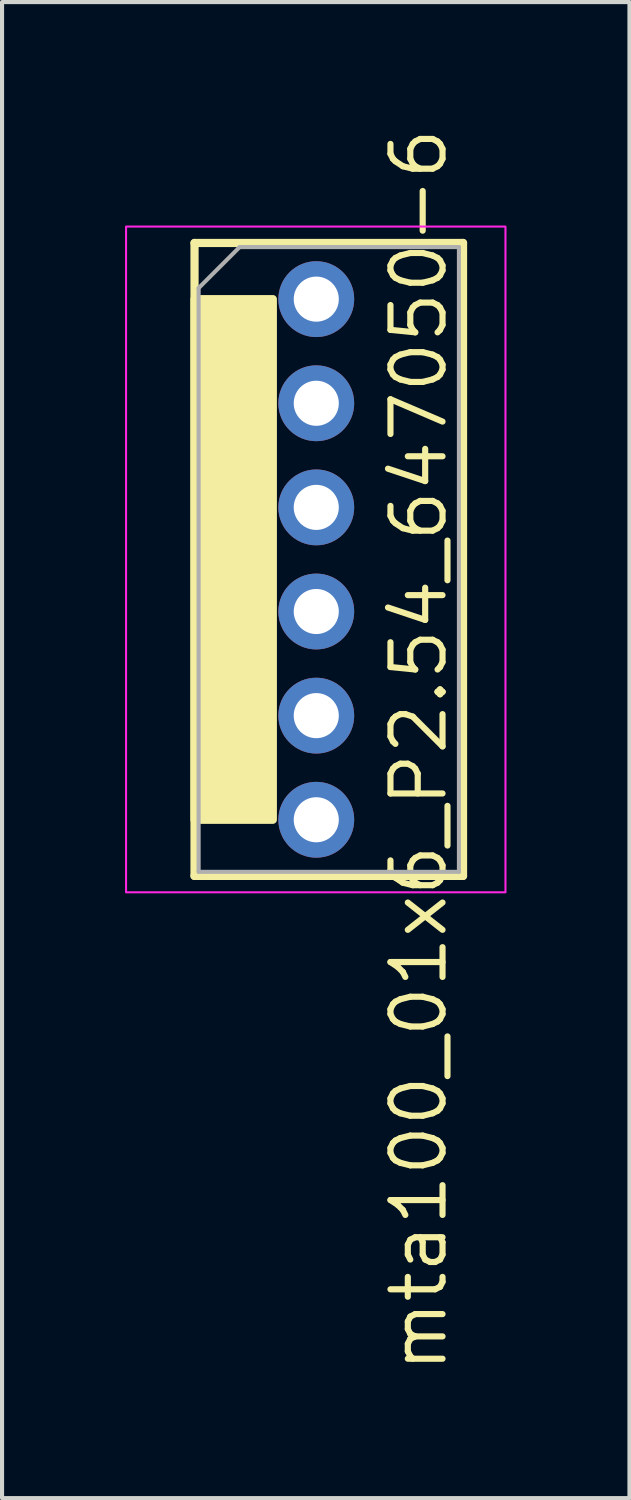
<source format=kicad_pcb>
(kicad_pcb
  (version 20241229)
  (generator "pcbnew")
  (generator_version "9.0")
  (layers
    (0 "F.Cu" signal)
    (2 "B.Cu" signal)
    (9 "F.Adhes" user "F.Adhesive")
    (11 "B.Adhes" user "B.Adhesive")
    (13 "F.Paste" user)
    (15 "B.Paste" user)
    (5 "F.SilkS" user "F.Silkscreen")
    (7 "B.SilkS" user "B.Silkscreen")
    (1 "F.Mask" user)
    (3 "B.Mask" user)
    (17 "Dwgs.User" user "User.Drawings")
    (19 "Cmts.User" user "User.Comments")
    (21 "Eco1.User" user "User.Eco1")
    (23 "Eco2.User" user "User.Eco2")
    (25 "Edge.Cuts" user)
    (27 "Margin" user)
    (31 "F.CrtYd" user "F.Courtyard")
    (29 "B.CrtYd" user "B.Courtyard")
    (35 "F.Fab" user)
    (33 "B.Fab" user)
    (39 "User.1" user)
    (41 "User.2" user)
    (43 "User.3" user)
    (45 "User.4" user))
  (footprint "mta100_01x6_P2.54_647050-6"
    (layer "F.Cu")
    (at 4.665 4.247)
    (property "Reference" "mta100_01x6_P2.54_647050-6" (at 2.5 11 90) (unlocked yes) (layer "F.SilkS") (effects (font (size 1.27 1.27) (thickness 0.15))))
    (attr through_hole)
    (fp_line (start -2.97 -1.37) (end 3.58 -1.37) (stroke (width 0.2) (type default)) (layer "F.SilkS"))
    (fp_line (start -2.97 14.07) (end -2.97 -1.37) (stroke (width 0.2) (type default)) (layer "F.SilkS"))
    (fp_line (start 3.58 -1.37) (end 3.58 14.07) (stroke (width 0.2) (type default)) (layer "F.SilkS"))
    (fp_line (start 3.58 14.07) (end -2.97 14.07) (stroke (width 0.2) (type default)) (layer "F.SilkS"))
    (fp_rect (start -2.97 0) (end -1.06 12.7) (stroke (width 0.2) (type default)) (fill yes) (layer "F.SilkS"))
    (fp_rect (start -4.64 -1.77) (end 4.615 14.47) (stroke (width 0.05) (type default)) (fill no) (layer "F.CrtYd"))
    (fp_line (start -2.87 -0.27) (end -1.87 -1.27) (stroke (width 0.1) (type default)) (layer "F.Fab"))
    (fp_line (start -2.87 13.97) (end -2.87 -0.27) (stroke (width 0.1) (type default)) (layer "F.Fab"))
    (fp_line (start -1.87 -1.27) (end 3.48 -1.27) (stroke (width 0.1) (type default)) (layer "F.Fab"))
    (fp_line (start 3.48 -1.27) (end 3.48 13.97) (stroke (width 0.1) (type default)) (layer "F.Fab"))
    (fp_line (start 3.48 13.97) (end -2.87 13.97) (stroke (width 0.1) (type default)) (layer "F.Fab"))
    (pad "1" thru_hole circle (at 0 0 90) (size 1.85 1.85) (drill 1.1) (layers "*.Cu" "*.Mask"))
    (pad "2" thru_hole circle (at 0 2.54 90) (size 1.85 1.85) (drill 1.1) (layers "*.Cu" "*.Mask"))
    (pad "3" thru_hole circle (at 0 5.08 90) (size 1.85 1.85) (drill 1.1) (layers "*.Cu" "*.Mask"))
    (pad "4" thru_hole circle (at 0 7.62 90) (size 1.85 1.85) (drill 1.1) (layers "*.Cu" "*.Mask"))
    (pad "5" thru_hole circle (at 0 10.16 90) (size 1.85 1.85) (drill 1.1) (layers "*.Cu" "*.Mask"))
    (pad "6" thru_hole circle (at 0 12.7 90) (size 1.85 1.85) (drill 1.1) (layers "*.Cu" "*.Mask")))
  (gr_rect
    (start -3 -3)
    (end 12.305 33.495)
    (stroke (width 0.1) (type default))
    (fill no)
    (layer "Edge.Cuts")))
</source>
